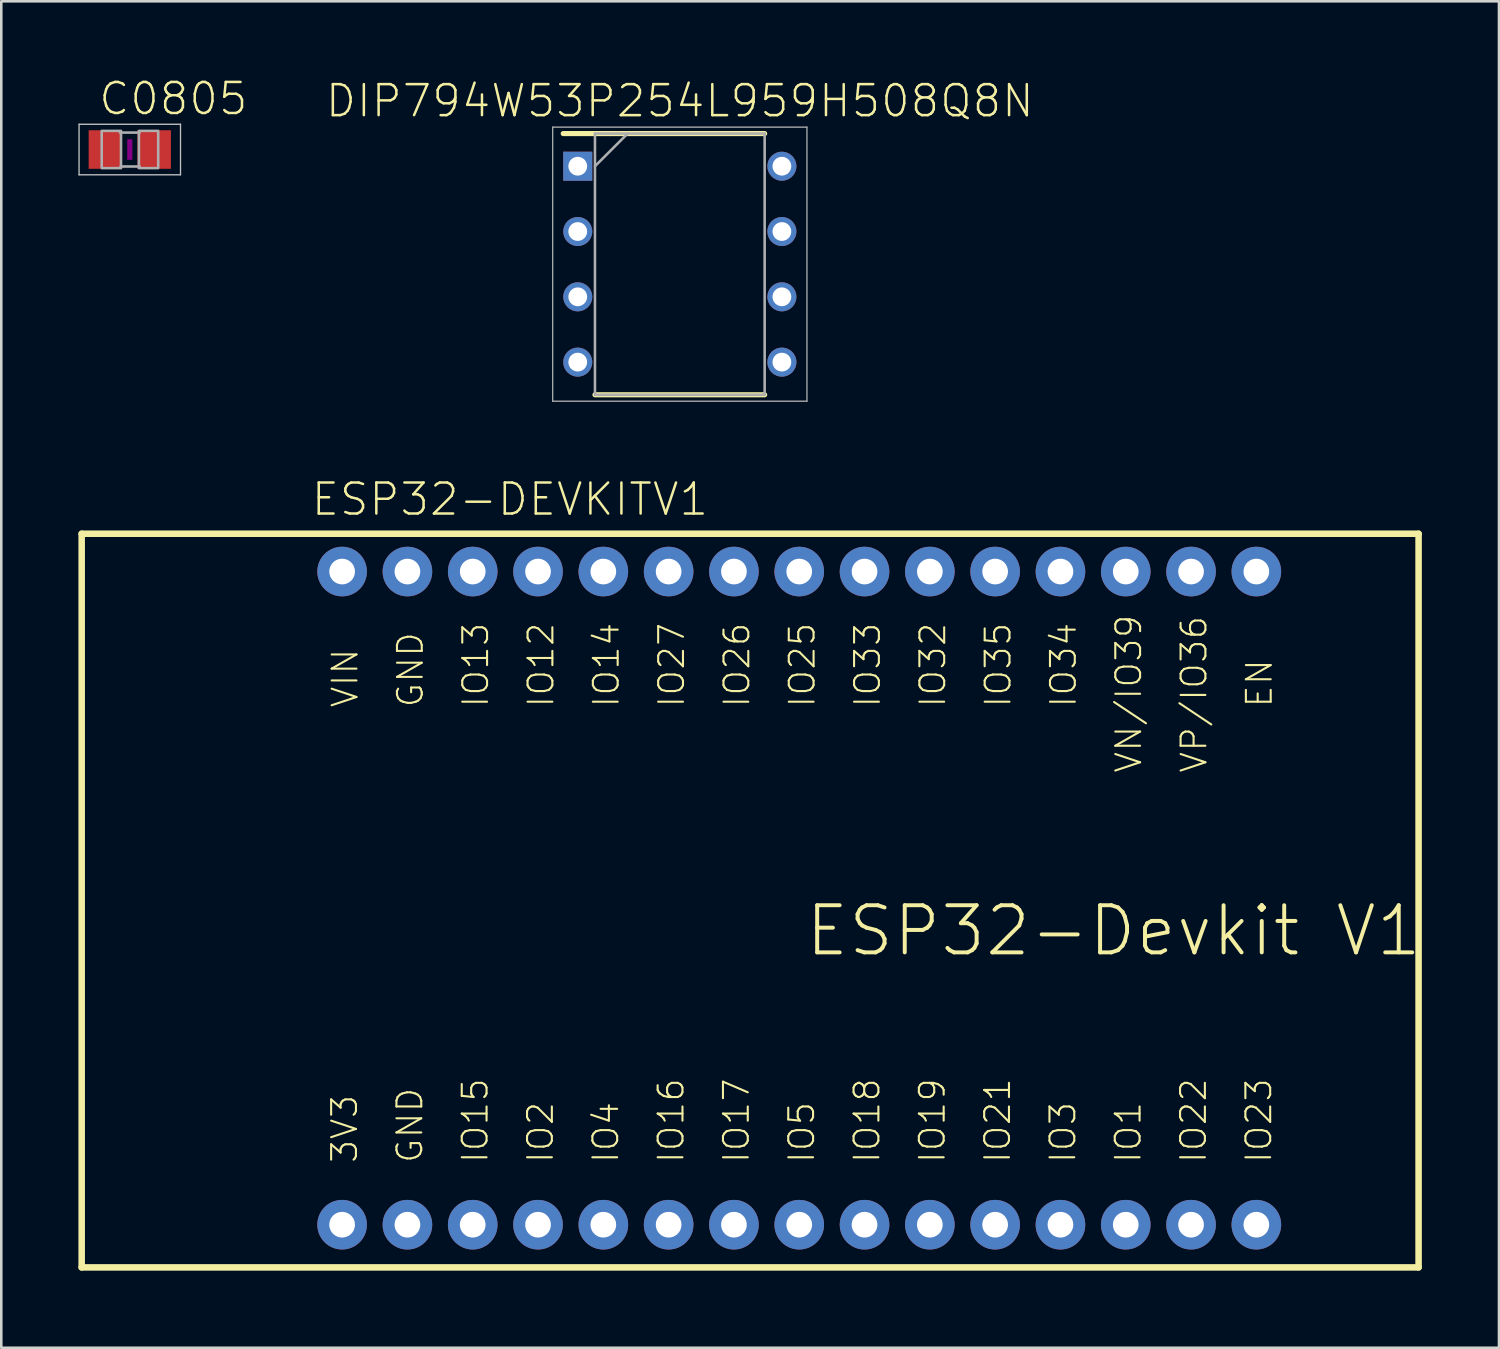
<source format=kicad_pcb>
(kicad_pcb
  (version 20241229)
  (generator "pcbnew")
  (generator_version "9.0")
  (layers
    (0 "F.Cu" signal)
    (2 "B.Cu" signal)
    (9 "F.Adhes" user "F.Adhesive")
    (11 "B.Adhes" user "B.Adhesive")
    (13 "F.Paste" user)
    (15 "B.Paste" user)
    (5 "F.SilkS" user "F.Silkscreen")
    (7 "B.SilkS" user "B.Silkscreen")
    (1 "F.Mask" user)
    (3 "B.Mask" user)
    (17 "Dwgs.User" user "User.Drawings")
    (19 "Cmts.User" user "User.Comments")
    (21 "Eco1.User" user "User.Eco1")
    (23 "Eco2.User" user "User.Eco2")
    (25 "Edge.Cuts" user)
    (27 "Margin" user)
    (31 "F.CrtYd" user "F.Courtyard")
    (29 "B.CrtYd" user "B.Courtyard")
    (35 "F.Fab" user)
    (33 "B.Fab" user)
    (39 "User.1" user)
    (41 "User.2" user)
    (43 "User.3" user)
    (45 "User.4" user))
  (footprint "DIP794W53P254L959H508Q8N"
    (layer "F.Cu")
    (at 23.392 7.225)
    (property "Reference" "DIP794W53P254L959H508Q8N" (at 0 -6.35 180) (layer "F.SilkS") (effects (font (size 1.206 1.206) (thickness 0.097))))
    (attr through_hole)
    (fp_line (start -4.535 -5.08) (end 3.3 -5.08) (stroke (width 0.2) (type solid)) (layer "F.SilkS"))
    (fp_line (start -3.3 5.08) (end 3.3 5.08) (stroke (width 0.2) (type solid)) (layer "F.SilkS"))
    (fp_line (start -4.945 -5.33) (end 4.945 -5.33) (stroke (width 0.05) (type solid)) (layer "F.Fab"))
    (fp_line (start -4.945 5.33) (end -4.945 -5.33) (stroke (width 0.05) (type solid)) (layer "F.Fab"))
    (fp_line (start -3.3 -5.08) (end 3.3 -5.08) (stroke (width 0.1) (type solid)) (layer "F.Fab"))
    (fp_line (start -3.3 -3.81) (end -2.03 -5.08) (stroke (width 0.1) (type solid)) (layer "F.Fab"))
    (fp_line (start -3.3 5.08) (end -3.3 -5.08) (stroke (width 0.1) (type solid)) (layer "F.Fab"))
    (fp_line (start 3.3 -5.08) (end 3.3 5.08) (stroke (width 0.1) (type solid)) (layer "F.Fab"))
    (fp_line (start 3.3 5.08) (end -3.3 5.08) (stroke (width 0.1) (type solid)) (layer "F.Fab"))
    (fp_line (start 4.945 -5.33) (end 4.945 5.33) (stroke (width 0.05) (type solid)) (layer "F.Fab"))
    (fp_line (start 4.945 5.33) (end -4.945 5.33) (stroke (width 0.05) (type solid)) (layer "F.Fab"))
    (pad "1" thru_hole rect (at -3.97 -3.81) (size 1.13 1.13) (drill 0.73) (layers "*.Cu" "*.Mask"))
    (pad "2" thru_hole circle (at -3.97 -1.27) (size 1.13 1.13) (drill 0.73) (layers "*.Cu" "*.Mask"))
    (pad "3" thru_hole circle (at -3.97 1.27) (size 1.13 1.13) (drill 0.73) (layers "*.Cu" "*.Mask"))
    (pad "4" thru_hole circle (at -3.97 3.81) (size 1.13 1.13) (drill 0.73) (layers "*.Cu" "*.Mask"))
    (pad "5" thru_hole circle (at 3.97 3.81) (size 1.13 1.13) (drill 0.73) (layers "*.Cu" "*.Mask"))
    (pad "6" thru_hole circle (at 3.97 1.27) (size 1.13 1.13) (drill 0.73) (layers "*.Cu" "*.Mask"))
    (pad "7" thru_hole circle (at 3.97 -1.27) (size 1.13 1.13) (drill 0.73) (layers "*.Cu" "*.Mask"))
    (pad "8" thru_hole circle (at 3.97 -3.81) (size 1.13 1.13) (drill 0.73) (layers "*.Cu" "*.Mask")))
  (footprint "ESP32-DEVKITV1"
    (layer "F.Cu")
    (at 26.777 32.316)
    (property "Reference" "ESP32-DEVKITV1" (at -17.78 -15.24 0) (layer "F.SilkS") (effects (font (size 1.206 1.206) (thickness 0.097)) (justify left bottom)))
    (attr through_hole)
    (fp_line (start -26.65 -14.605) (end 25.35 -14.605) (stroke (width 0.254) (type solid)) (layer "F.SilkS"))
    (fp_line (start -26.65 13.93) (end -26.65 -14.605) (stroke (width 0.254) (type solid)) (layer "F.SilkS"))
    (fp_line (start 25.35 -14.605) (end 25.35 13.93) (stroke (width 0.254) (type solid)) (layer "F.SilkS"))
    (fp_line (start 25.35 13.93) (end -26.65 13.93) (stroke (width 0.254) (type solid)) (layer "F.SilkS"))
    (fp_text user "IO32" (at 7.02 -7.79 90) (layer "F.SilkS") (effects (font (size 0.965 0.965) (thickness 0.081)) (justify left bottom)))
    (fp_text user "IO16" (at -3.16 9.93 90) (layer "F.SilkS") (effects (font (size 0.965 0.965) (thickness 0.081)) (justify left bottom)))
    (fp_text user "IO23" (at 19.7 9.93 90) (layer "F.SilkS") (effects (font (size 0.965 0.965) (thickness 0.081)) (justify left bottom)))
    (fp_text user "IO1" (at 14.62 9.93 90) (layer "F.SilkS") (effects (font (size 0.965 0.965) (thickness 0.081)) (justify left bottom)))
    (fp_text user "VP/IO36" (at 17.18 -5.25 90) (layer "F.SilkS") (effects (font (size 0.965 0.965) (thickness 0.081)) (justify left bottom)))
    (fp_text user "VIN" (at -15.84 -7.79 90) (layer "F.SilkS") (effects (font (size 0.965 0.965) (thickness 0.081)) (justify left bottom)))
    (fp_text user "IO33" (at 4.48 -7.79 90) (layer "F.SilkS") (effects (font (size 0.965 0.965) (thickness 0.081)) (justify left bottom)))
    (fp_text user "IO17" (at -0.62 9.93 90) (layer "F.SilkS") (effects (font (size 0.965 0.965) (thickness 0.081)) (justify left bottom)))
    (fp_text user "GND" (at -13.3 -7.79 90) (layer "F.SilkS") (effects (font (size 0.965 0.965) (thickness 0.081)) (justify left bottom)))
    (fp_text user "VN/IO39" (at 14.64 -5.25 90) (layer "F.SilkS") (effects (font (size 0.965 0.965) (thickness 0.081)) (justify left bottom)))
    (fp_text user "IO22" (at 17.16 9.93 90) (layer "F.SilkS") (effects (font (size 0.965 0.965) (thickness 0.081)) (justify left bottom)))
    (fp_text user "ESP32-Devkit V1" (at 1.42 1.91 0) (layer "F.SilkS") (effects (font (size 1.834 1.834) (thickness 0.154)) (justify left bottom)))
    (fp_text user "IO2" (at -8.24 9.93 90) (layer "F.SilkS") (effects (font (size 0.965 0.965) (thickness 0.081)) (justify left bottom)))
    (fp_text user "IO13" (at -10.76 -7.79 90) (layer "F.SilkS") (effects (font (size 0.965 0.965) (thickness 0.081)) (justify left bottom)))
    (fp_text user "IO4" (at -5.7 9.93 90) (layer "F.SilkS") (effects (font (size 0.965 0.965) (thickness 0.081)) (justify left bottom)))
    (fp_text user "IO27" (at -3.14 -7.79 90) (layer "F.SilkS") (effects (font (size 0.965 0.965) (thickness 0.081)) (justify left bottom)))
    (fp_text user "EN" (at 19.72 -7.79 90) (layer "F.SilkS") (effects (font (size 0.965 0.965) (thickness 0.081)) (justify left bottom)))
    (fp_text user "IO18" (at 4.46 9.93 90) (layer "F.SilkS") (effects (font (size 0.965 0.965) (thickness 0.081)) (justify left bottom)))
    (fp_text user "IO34" (at 12.1 -7.79 90) (layer "F.SilkS") (effects (font (size 0.965 0.965) (thickness 0.081)) (justify left bottom)))
    (fp_text user "IO5" (at 1.92 9.93 90) (layer "F.SilkS") (effects (font (size 0.965 0.965) (thickness 0.081)) (justify left bottom)))
    (fp_text user "3V3" (at -15.86 9.93 90) (layer "F.SilkS") (effects (font (size 0.965 0.965) (thickness 0.081)) (justify left bottom)))
    (fp_text user "IO35" (at 9.56 -7.79 90) (layer "F.SilkS") (effects (font (size 0.965 0.965) (thickness 0.081)) (justify left bottom)))
    (fp_text user "IO14" (at -5.68 -7.79 90) (layer "F.SilkS") (effects (font (size 0.965 0.965) (thickness 0.081)) (justify left bottom)))
    (fp_text user "GND" (at -13.32 9.93 90) (layer "F.SilkS") (effects (font (size 0.965 0.965) (thickness 0.081)) (justify left bottom)))
    (fp_text user "IO26" (at -0.6 -7.79 90) (layer "F.SilkS") (effects (font (size 0.965 0.965) (thickness 0.081)) (justify left bottom)))
    (fp_text user "IO15" (at -10.78 9.93 90) (layer "F.SilkS") (effects (font (size 0.965 0.965) (thickness 0.081)) (justify left bottom)))
    (fp_text user "IO25" (at 1.94 -7.79 90) (layer "F.SilkS") (effects (font (size 0.965 0.965) (thickness 0.081)) (justify left bottom)))
    (fp_text user "IO3" (at 12.08 9.93 90) (layer "F.SilkS") (effects (font (size 0.965 0.965) (thickness 0.081)) (justify left bottom)))
    (fp_text user "IO21" (at 9.54 9.93 90) (layer "F.SilkS") (effects (font (size 0.965 0.965) (thickness 0.081)) (justify left bottom)))
    (fp_text user "IO19" (at 7 9.93 90) (layer "F.SilkS") (effects (font (size 0.965 0.965) (thickness 0.081)) (justify left bottom)))
    (fp_text user "IO12" (at -8.22 -7.79 90) (layer "F.SilkS") (effects (font (size 0.965 0.965) (thickness 0.081)) (justify left bottom)))
    (pad "3V3" thru_hole circle (at -16.52 12.27) (size 1.93 1.93) (drill 1) (layers "*.Cu" "*.Mask"))
    (pad "D1" thru_hole circle (at 13.96 12.27) (size 1.93 1.93) (drill 1) (layers "*.Cu" "*.Mask"))
    (pad "D2" thru_hole circle (at -8.9 12.27) (size 1.93 1.93) (drill 1) (layers "*.Cu" "*.Mask"))
    (pad "D3" thru_hole circle (at 11.42 12.27) (size 1.93 1.93) (drill 1) (layers "*.Cu" "*.Mask"))
    (pad "D4" thru_hole circle (at -6.36 12.27) (size 1.93 1.93) (drill 1) (layers "*.Cu" "*.Mask"))
    (pad "D5" thru_hole circle (at 1.26 12.27) (size 1.93 1.93) (drill 1) (layers "*.Cu" "*.Mask"))
    (pad "D12" thru_hole circle (at -8.9 -13.135) (size 1.93 1.93) (drill 1) (layers "*.Cu" "*.Mask"))
    (pad "D13" thru_hole circle (at -11.44 -13.135) (size 1.93 1.93) (drill 1) (layers "*.Cu" "*.Mask"))
    (pad "D14" thru_hole circle (at -6.36 -13.135) (size 1.93 1.93) (drill 1) (layers "*.Cu" "*.Mask"))
    (pad "D15" thru_hole circle (at -11.44 12.27) (size 1.93 1.93) (drill 1) (layers "*.Cu" "*.Mask"))
    (pad "D16" thru_hole circle (at -3.82 12.27) (size 1.93 1.93) (drill 1) (layers "*.Cu" "*.Mask"))
    (pad "D17" thru_hole circle (at -1.28 12.27) (size 1.93 1.93) (drill 1) (layers "*.Cu" "*.Mask"))
    (pad "D18" thru_hole circle (at 3.8 12.27) (size 1.93 1.93) (drill 1) (layers "*.Cu" "*.Mask"))
    (pad "D19" thru_hole circle (at 6.34 12.27) (size 1.93 1.93) (drill 1) (layers "*.Cu" "*.Mask"))
    (pad "D21" thru_hole circle (at 8.88 12.27) (size 1.93 1.93) (drill 1) (layers "*.Cu" "*.Mask"))
    (pad "D22" thru_hole circle (at 16.5 12.27) (size 1.93 1.93) (drill 1) (layers "*.Cu" "*.Mask"))
    (pad "D23" thru_hole circle (at 19.04 12.27) (size 1.93 1.93) (drill 1) (layers "*.Cu" "*.Mask"))
    (pad "D25" thru_hole circle (at 1.26 -13.135) (size 1.93 1.93) (drill 1) (layers "*.Cu" "*.Mask"))
    (pad "D26" thru_hole circle (at -1.28 -13.135) (size 1.93 1.93) (drill 1) (layers "*.Cu" "*.Mask"))
    (pad "D27" thru_hole circle (at -3.82 -13.135) (size 1.93 1.93) (drill 1) (layers "*.Cu" "*.Mask"))
    (pad "D32" thru_hole circle (at 6.34 -13.135) (size 1.93 1.93) (drill 1) (layers "*.Cu" "*.Mask"))
    (pad "D33" thru_hole circle (at 3.8 -13.135) (size 1.93 1.93) (drill 1) (layers "*.Cu" "*.Mask"))
    (pad "D34" thru_hole circle (at 11.42 -13.135) (size 1.93 1.93) (drill 1) (layers "*.Cu" "*.Mask"))
    (pad "D35" thru_hole circle (at 8.88 -13.135) (size 1.93 1.93) (drill 1) (layers "*.Cu" "*.Mask"))
    (pad "D36" thru_hole circle (at 16.5 -13.135) (size 1.93 1.93) (drill 1) (layers "*.Cu" "*.Mask"))
    (pad "D39" thru_hole circle (at 13.96 -13.135) (size 1.93 1.93) (drill 1) (layers "*.Cu" "*.Mask"))
    (pad "EN" thru_hole circle (at 19.04 -13.135) (size 1.93 1.93) (drill 1) (layers "*.Cu" "*.Mask"))
    (pad "GND@1" thru_hole circle (at -13.98 -13.135) (size 1.93 1.93) (drill 1) (layers "*.Cu" "*.Mask"))
    (pad "GND@2" thru_hole circle (at -13.98 12.27) (size 1.93 1.93) (drill 1) (layers "*.Cu" "*.Mask"))
    (pad "VIN" thru_hole circle (at -16.52 -13.135) (size 1.93 1.93) (drill 1) (layers "*.Cu" "*.Mask")))
  (footprint "C0805"
    (layer "F.Cu")
    (at 1.998 2.766)
    (property "Reference" "C0805" (at -1.27 -1.27 0) (layer "F.SilkS") (effects (font (size 1.206 1.206) (thickness 0.097)) (justify left bottom)))
    (attr through_hole)
    (fp_poly (pts (xy -0.1 0.4) (xy 0.1 0.4) (xy 0.1 -0.4) (xy -0.1 -0.4)) (stroke (width 0) (type solid)) (fill yes) (layer "F.Adhes"))
    (fp_line (start -1.973 -0.983) (end 1.973 -0.983) (stroke (width 0.051) (type solid)) (layer "Dwgs.User"))
    (fp_line (start -1.973 0.983) (end -1.973 -0.983) (stroke (width 0.051) (type solid)) (layer "Dwgs.User"))
    (fp_line (start 1.973 -0.983) (end 1.973 0.983) (stroke (width 0.051) (type solid)) (layer "Dwgs.User"))
    (fp_line (start 1.973 0.983) (end -1.973 0.983) (stroke (width 0.051) (type solid)) (layer "Dwgs.User"))
    (fp_line (start -0.381 -0.66) (end 0.381 -0.66) (stroke (width 0.102) (type solid)) (layer "F.Fab"))
    (fp_line (start -0.356 0.66) (end 0.381 0.66) (stroke (width 0.102) (type solid)) (layer "F.Fab"))
    (fp_poly (pts (xy -1.092 0.724) (xy -0.342 0.724) (xy -0.342 -0.726) (xy -1.092 -0.726)) (stroke (width 0.1) (type solid)) (fill no) (layer "F.Fab"))
    (fp_poly (pts (xy 0.356 0.724) (xy 1.106 0.724) (xy 1.106 -0.726) (xy 0.356 -0.726)) (stroke (width 0.1) (type solid)) (fill no) (layer "F.Fab"))
    (pad "1" smd rect (at -0.95 0) (size 1.3 1.5) (layers "F.Cu" "F.Mask" "F.Paste"))
    (pad "2" smd rect (at 0.95 0) (size 1.3 1.5) (layers "F.Cu" "F.Mask" "F.Paste")))
  (gr_rect
    (start -3 -3)
    (end 55.254 49.373)
    (stroke (width 0.1) (type default))
    (fill no)
    (layer "Edge.Cuts")))
</source>
